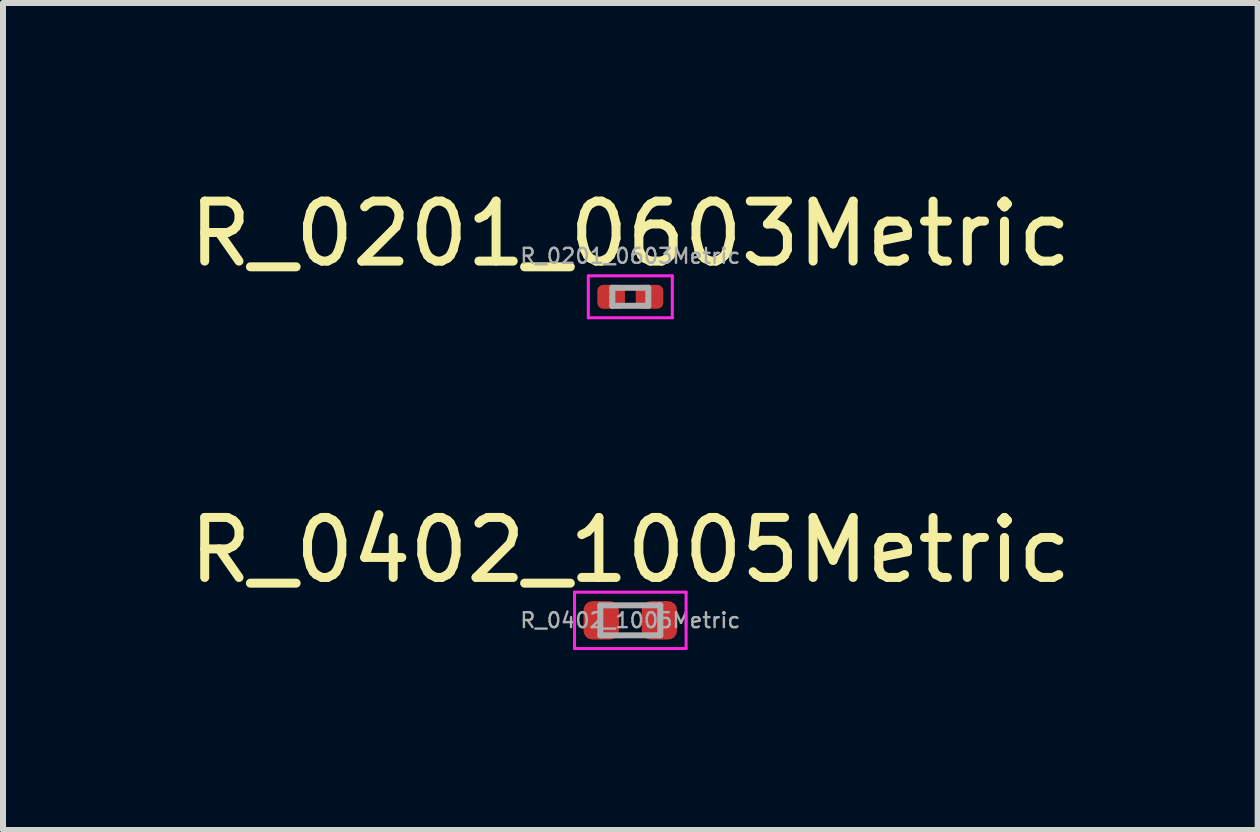
<source format=kicad_pcb>
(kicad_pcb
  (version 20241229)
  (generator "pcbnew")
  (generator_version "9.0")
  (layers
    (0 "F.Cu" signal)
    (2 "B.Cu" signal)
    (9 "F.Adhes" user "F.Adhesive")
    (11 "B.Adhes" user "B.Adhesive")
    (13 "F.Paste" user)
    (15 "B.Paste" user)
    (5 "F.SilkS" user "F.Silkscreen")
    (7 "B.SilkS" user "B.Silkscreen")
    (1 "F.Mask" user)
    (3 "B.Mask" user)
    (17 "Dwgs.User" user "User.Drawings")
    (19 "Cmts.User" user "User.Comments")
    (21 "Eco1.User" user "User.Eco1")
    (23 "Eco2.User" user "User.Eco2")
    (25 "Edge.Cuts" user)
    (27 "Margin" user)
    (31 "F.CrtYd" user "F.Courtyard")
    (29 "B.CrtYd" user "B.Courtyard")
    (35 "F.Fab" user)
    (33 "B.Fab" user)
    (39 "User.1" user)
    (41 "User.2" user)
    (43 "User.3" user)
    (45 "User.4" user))
  (footprint "R_0402_1005Metric"
    (layer "F.Cu")
    (at 7.458 7.292)
    (property "Reference" "R_0402_1005Metric" (at 0 -1.17 0) (layer "F.SilkS") (effects (font (size 1 1) (thickness 0.15))))
    (attr smd)
    (fp_line (start -0.93 -0.47) (end 0.93 -0.47) (stroke (width 0.05) (type solid)) (layer "F.CrtYd"))
    (fp_line (start -0.93 0.47) (end -0.93 -0.47) (stroke (width 0.05) (type solid)) (layer "F.CrtYd"))
    (fp_line (start 0.93 -0.47) (end 0.93 0.47) (stroke (width 0.05) (type solid)) (layer "F.CrtYd"))
    (fp_line (start 0.93 0.47) (end -0.93 0.47) (stroke (width 0.05) (type solid)) (layer "F.CrtYd"))
    (fp_line (start -0.5 -0.25) (end 0.5 -0.25) (stroke (width 0.1) (type solid)) (layer "F.Fab"))
    (fp_line (start -0.5 0.25) (end -0.5 -0.25) (stroke (width 0.1) (type solid)) (layer "F.Fab"))
    (fp_line (start 0.5 -0.25) (end 0.5 0.25) (stroke (width 0.1) (type solid)) (layer "F.Fab"))
    (fp_line (start 0.5 0.25) (end -0.5 0.25) (stroke (width 0.1) (type solid)) (layer "F.Fab"))
    (fp_text user "${REFERENCE}" (at 0 0 0) (layer "F.Fab") (effects (font (size 0.25 0.25) (thickness 0.04))))
    (pad "1" smd roundrect (at -0.485 0) (size 0.59 0.64) (layers "F.Cu" "F.Mask" "F.Paste") (roundrect_rratio 0.25))
    (pad "2" smd roundrect (at 0.485 0) (size 0.59 0.64) (layers "F.Cu" "F.Mask" "F.Paste") (roundrect_rratio 0.25)))
  (footprint "R_0201_0603Metric"
    (layer "F.Cu")
    (at 7.458 1.898)
    (property "Reference" "R_0201_0603Metric" (at 0 -1.05 0) (layer "F.SilkS") (effects (font (size 1 1) (thickness 0.15))))
    (attr smd)
    (fp_line (start -0.7 -0.35) (end 0.7 -0.35) (stroke (width 0.05) (type solid)) (layer "F.CrtYd"))
    (fp_line (start -0.7 0.35) (end -0.7 -0.35) (stroke (width 0.05) (type solid)) (layer "F.CrtYd"))
    (fp_line (start 0.7 -0.35) (end 0.7 0.35) (stroke (width 0.05) (type solid)) (layer "F.CrtYd"))
    (fp_line (start 0.7 0.35) (end -0.7 0.35) (stroke (width 0.05) (type solid)) (layer "F.CrtYd"))
    (fp_line (start -0.3 -0.15) (end 0.3 -0.15) (stroke (width 0.1) (type solid)) (layer "F.Fab"))
    (fp_line (start -0.3 0.15) (end -0.3 -0.15) (stroke (width 0.1) (type solid)) (layer "F.Fab"))
    (fp_line (start 0.3 -0.15) (end 0.3 0.15) (stroke (width 0.1) (type solid)) (layer "F.Fab"))
    (fp_line (start 0.3 0.15) (end -0.3 0.15) (stroke (width 0.1) (type solid)) (layer "F.Fab"))
    (fp_text user "${REFERENCE}" (at 0 -0.68 0) (layer "F.Fab") (effects (font (size 0.25 0.25) (thickness 0.04))))
    (pad "" smd roundrect (at -0.345 0) (size 0.318 0.36) (layers "F.Paste") (roundrect_rratio 0.25))
    (pad "" smd roundrect (at 0.345 0) (size 0.318 0.36) (layers "F.Paste") (roundrect_rratio 0.25))
    (pad "1" smd roundrect (at -0.32 0) (size 0.46 0.4) (layers "F.Cu" "F.Mask") (roundrect_rratio 0.25))
    (pad "2" smd roundrect (at 0.32 0) (size 0.46 0.4) (layers "F.Cu" "F.Mask") (roundrect_rratio 0.25)))
  (gr_rect
    (start -3 -3)
    (end 17.917 10.787)
    (stroke (width 0.1) (type default))
    (fill no)
    (layer "Edge.Cuts")))
</source>
